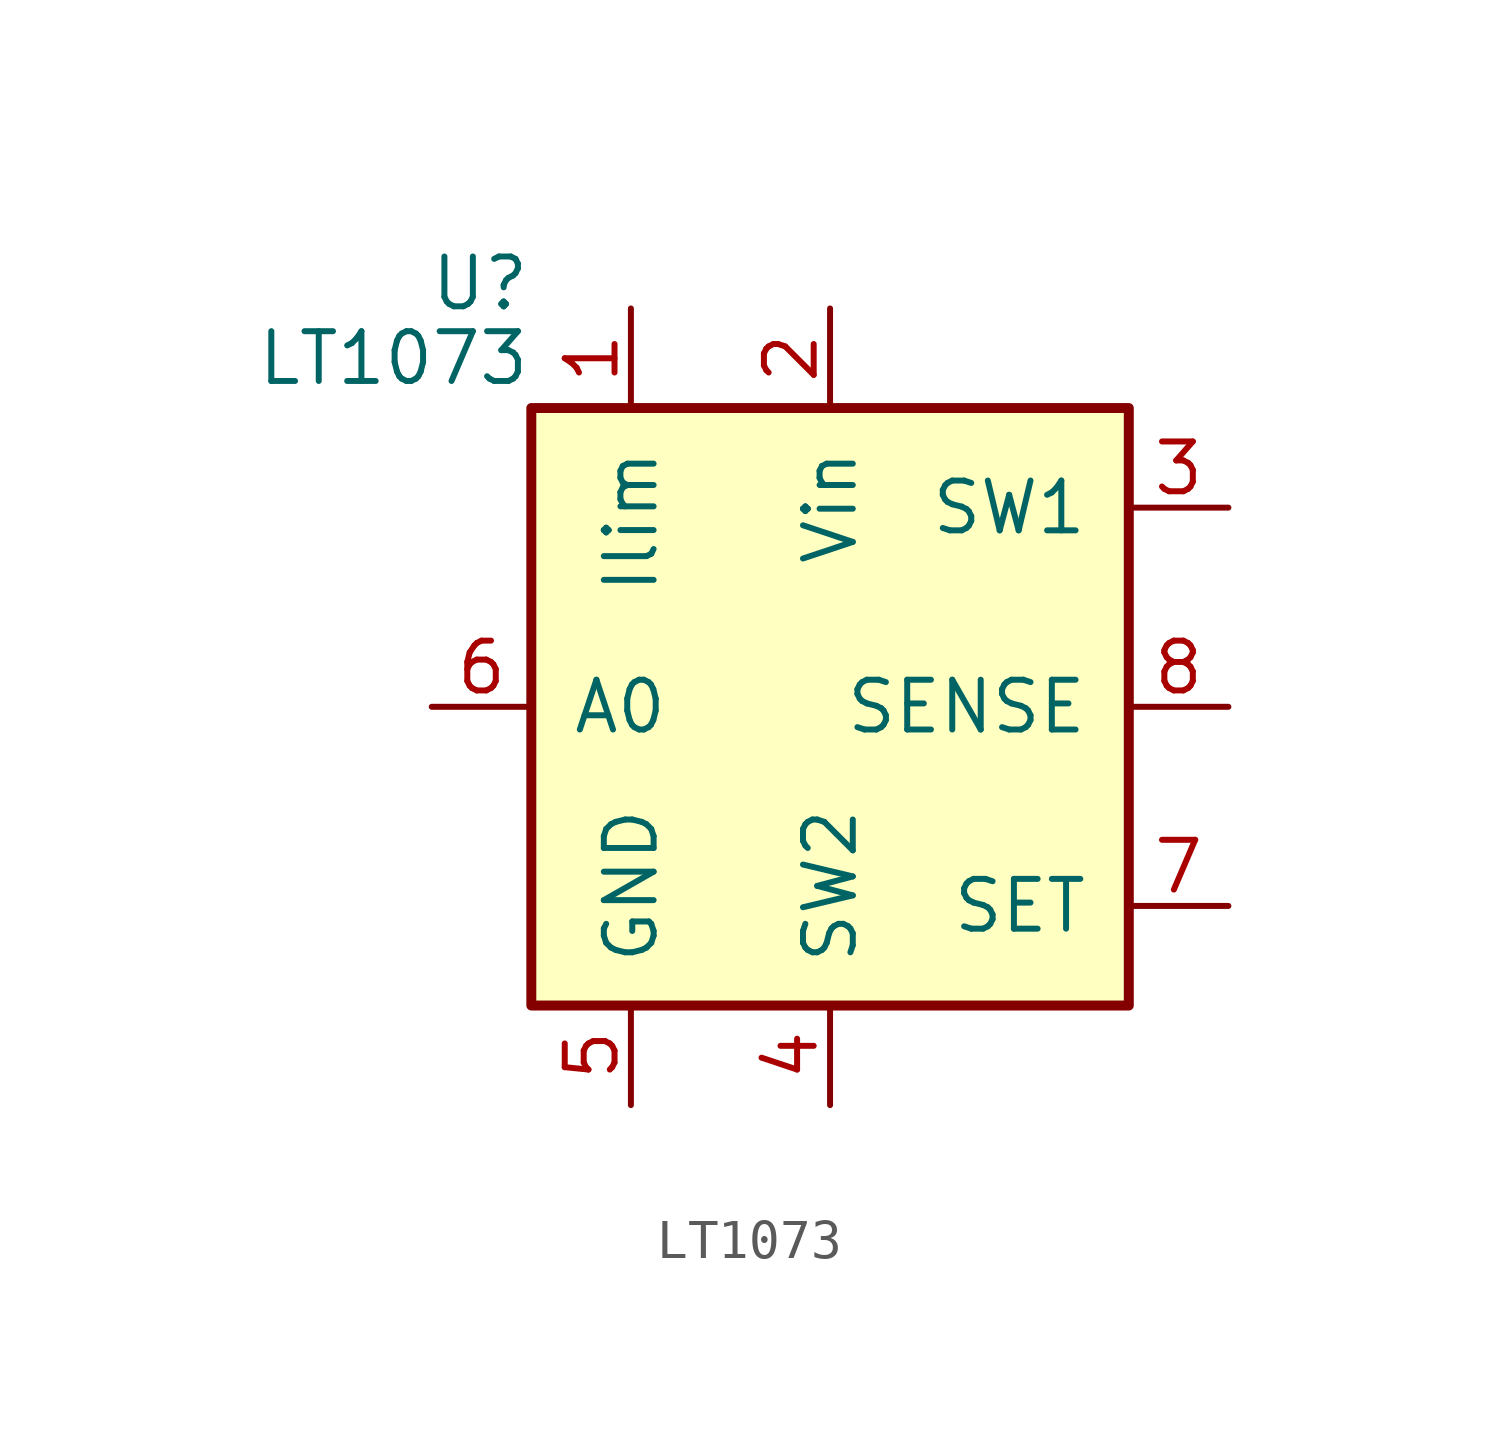
<source format=kicad_sym>
(kicad_symbol_lib
  (version 20211014)
  (generator kicad_symbol_editor)
  (symbol "LT1073"
    (pin_names
      (offset 1.016))
    (property "Reference" "U"
      (at -7.62 10.795 0)
      (effects (font (size 1.27 1.27)) (justify right)))
    (property "Value" "LT1073"
      (at -7.62 8.89 0)
      (effects (font (size 1.27 1.27)) (justify right)))
    (symbol "LT1073_0_1"
      (rectangle (start -7.62 7.62) (end 7.62 -7.62) (stroke (width 0.254) (type default) (color 0 0 0 0)) (fill (type background))))
    (symbol "LT1073_1_1"
      (pin input line (at -5.08 10.16 270) (length 2.54) (name "Ilim" (effects (font (size 1.27 1.27)))) (number "1" (effects (font (size 1.27 1.27)))))
      (pin power_in line (at 0 10.16 270) (length 2.54) (name "Vin" (effects (font (size 1.27 1.27)))) (number "2" (effects (font (size 1.27 1.27)))))
      (pin input line (at 10.16 5.08 180) (length 2.54) (name "SW1" (effects (font (size 1.27 1.27)))) (number "3" (effects (font (size 1.27 1.27)))))
      (pin input line (at 0 -10.16 90) (length 2.54) (name "SW2" (effects (font (size 1.27 1.27)))) (number "4" (effects (font (size 1.27 1.27)))))
      (pin power_in line (at -5.08 -10.16 90) (length 2.54) (name "GND" (effects (font (size 1.27 1.27)))) (number "5" (effects (font (size 1.27 1.27)))))
      (pin output line (at -10.16 0 0) (length 2.54) (name "A0" (effects (font (size 1.27 1.27)))) (number "6" (effects (font (size 1.27 1.27)))))
      (pin input line (at 10.16 -5.08 180) (length 2.54) (name "SET" (effects (font (size 1.27 1.27)))) (number "7" (effects (font (size 1.27 1.27)))))
      (pin input line (at 10.16 0 180) (length 2.54) (name "SENSE" (effects (font (size 1.27 1.27)))) (number "8" (effects (font (size 1.27 1.27))))))))
</source>
